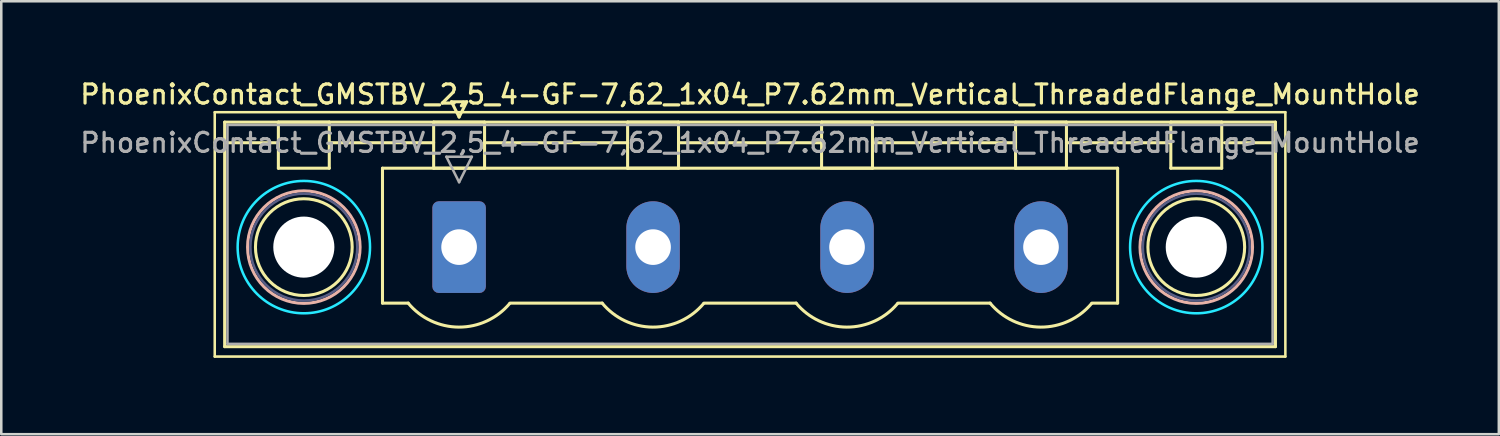
<source format=kicad_pcb>
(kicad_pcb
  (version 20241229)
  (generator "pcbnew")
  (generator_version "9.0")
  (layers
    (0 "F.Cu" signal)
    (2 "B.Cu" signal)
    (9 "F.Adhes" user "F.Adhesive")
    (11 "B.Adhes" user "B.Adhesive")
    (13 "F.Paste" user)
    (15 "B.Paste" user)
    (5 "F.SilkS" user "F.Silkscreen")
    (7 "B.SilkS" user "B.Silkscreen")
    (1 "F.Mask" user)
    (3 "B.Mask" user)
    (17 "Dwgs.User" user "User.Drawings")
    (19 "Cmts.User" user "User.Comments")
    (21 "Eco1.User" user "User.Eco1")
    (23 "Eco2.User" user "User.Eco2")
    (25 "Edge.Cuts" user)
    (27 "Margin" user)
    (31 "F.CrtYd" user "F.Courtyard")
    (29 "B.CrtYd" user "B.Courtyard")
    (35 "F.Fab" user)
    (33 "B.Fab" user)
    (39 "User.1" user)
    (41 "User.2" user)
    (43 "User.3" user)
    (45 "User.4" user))
  (footprint "PhoenixContact_GMSTBV_2,5_4-GF-7,62_1x04_P7.62mm_Vertical_ThreadedFlange_MountHole"
    (layer "F.Cu")
    (at 14.986 6.658)
    (property "Reference" "PhoenixContact_GMSTBV_2,5_4-GF-7,62_1x04_P7.62mm_Vertical_ThreadedFlange_MountHole" (at 11.43 -6 0) (layer "F.SilkS") (effects (font (size 0.75 0.75) (thickness 0.125))))
    (attr through_hole)
    (fp_line (start -9.6 -5.3) (end -9.6 4.3) (stroke (width 0.1) (type solid)) (layer "F.SilkS"))
    (fp_line (start -9.6 4.3) (end 32.46 4.3) (stroke (width 0.1) (type solid)) (layer "F.SilkS"))
    (fp_line (start -9.21 -4.91) (end -9.21 3.91) (stroke (width 0.12) (type solid)) (layer "F.SilkS"))
    (fp_line (start -9.21 -4.1) (end -7.21 -4.1) (stroke (width 0.12) (type solid)) (layer "F.SilkS"))
    (fp_line (start -9.21 3.91) (end 32.07 3.91) (stroke (width 0.12) (type solid)) (layer "F.SilkS"))
    (fp_line (start -7.1 -4.91) (end -5.1 -4.91) (stroke (width 0.12) (type solid)) (layer "F.SilkS"))
    (fp_line (start -7.1 -3.1) (end -7.1 -4.91) (stroke (width 0.12) (type solid)) (layer "F.SilkS"))
    (fp_line (start -5.1 -4.91) (end -5.1 -3.1) (stroke (width 0.12) (type solid)) (layer "F.SilkS"))
    (fp_line (start -5.1 -4.1) (end -1 -4.1) (stroke (width 0.12) (type solid)) (layer "F.SilkS"))
    (fp_line (start -5.1 -3.1) (end -7.1 -3.1) (stroke (width 0.12) (type solid)) (layer "F.SilkS"))
    (fp_line (start -3.01 -3.1) (end 25.87 -3.1) (stroke (width 0.12) (type solid)) (layer "F.SilkS"))
    (fp_line (start -3.01 2.2) (end -3.01 -3.1) (stroke (width 0.12) (type solid)) (layer "F.SilkS"))
    (fp_line (start -2 2.2) (end -3.01 2.2) (stroke (width 0.12) (type solid)) (layer "F.SilkS"))
    (fp_line (start -1 -4.91) (end 1 -4.91) (stroke (width 0.12) (type solid)) (layer "F.SilkS"))
    (fp_line (start -1 -3.1) (end -1 -4.91) (stroke (width 0.12) (type solid)) (layer "F.SilkS"))
    (fp_line (start -0.3 -5.71) (end 0.3 -5.71) (stroke (width 0.12) (type solid)) (layer "F.SilkS"))
    (fp_line (start 0 -5.11) (end -0.3 -5.71) (stroke (width 0.12) (type solid)) (layer "F.SilkS"))
    (fp_line (start 0.3 -5.71) (end 0 -5.11) (stroke (width 0.12) (type solid)) (layer "F.SilkS"))
    (fp_line (start 1 -4.91) (end 1 -3.1) (stroke (width 0.12) (type solid)) (layer "F.SilkS"))
    (fp_line (start 1 -4.1) (end 6.62 -4.1) (stroke (width 0.12) (type solid)) (layer "F.SilkS"))
    (fp_line (start 1 -3.1) (end -1 -3.1) (stroke (width 0.12) (type solid)) (layer "F.SilkS"))
    (fp_line (start 2 2.2) (end 5.62 2.2) (stroke (width 0.12) (type solid)) (layer "F.SilkS"))
    (fp_line (start 6.62 -4.91) (end 8.62 -4.91) (stroke (width 0.12) (type solid)) (layer "F.SilkS"))
    (fp_line (start 6.62 -3.1) (end 6.62 -4.91) (stroke (width 0.12) (type solid)) (layer "F.SilkS"))
    (fp_line (start 8.62 -4.91) (end 8.62 -3.1) (stroke (width 0.12) (type solid)) (layer "F.SilkS"))
    (fp_line (start 8.62 -4.1) (end 14.24 -4.1) (stroke (width 0.12) (type solid)) (layer "F.SilkS"))
    (fp_line (start 8.62 -3.1) (end 6.62 -3.1) (stroke (width 0.12) (type solid)) (layer "F.SilkS"))
    (fp_line (start 9.62 2.2) (end 13.24 2.2) (stroke (width 0.12) (type solid)) (layer "F.SilkS"))
    (fp_line (start 14.24 -4.91) (end 16.24 -4.91) (stroke (width 0.12) (type solid)) (layer "F.SilkS"))
    (fp_line (start 14.24 -3.1) (end 14.24 -4.91) (stroke (width 0.12) (type solid)) (layer "F.SilkS"))
    (fp_line (start 16.24 -4.91) (end 16.24 -3.1) (stroke (width 0.12) (type solid)) (layer "F.SilkS"))
    (fp_line (start 16.24 -4.1) (end 21.86 -4.1) (stroke (width 0.12) (type solid)) (layer "F.SilkS"))
    (fp_line (start 16.24 -3.1) (end 14.24 -3.1) (stroke (width 0.12) (type solid)) (layer "F.SilkS"))
    (fp_line (start 17.24 2.2) (end 20.86 2.2) (stroke (width 0.12) (type solid)) (layer "F.SilkS"))
    (fp_line (start 21.86 -4.91) (end 23.86 -4.91) (stroke (width 0.12) (type solid)) (layer "F.SilkS"))
    (fp_line (start 21.86 -3.1) (end 21.86 -4.91) (stroke (width 0.12) (type solid)) (layer "F.SilkS"))
    (fp_line (start 23.86 -4.91) (end 23.86 -3.1) (stroke (width 0.12) (type solid)) (layer "F.SilkS"))
    (fp_line (start 23.86 -4.1) (end 27.96 -4.1) (stroke (width 0.12) (type solid)) (layer "F.SilkS"))
    (fp_line (start 23.86 -3.1) (end 21.86 -3.1) (stroke (width 0.12) (type solid)) (layer "F.SilkS"))
    (fp_line (start 25.87 -3.1) (end 25.87 2.2) (stroke (width 0.12) (type solid)) (layer "F.SilkS"))
    (fp_line (start 25.87 2.2) (end 24.86 2.2) (stroke (width 0.12) (type solid)) (layer "F.SilkS"))
    (fp_line (start 27.96 -4.91) (end 29.96 -4.91) (stroke (width 0.12) (type solid)) (layer "F.SilkS"))
    (fp_line (start 27.96 -3.1) (end 27.96 -4.91) (stroke (width 0.12) (type solid)) (layer "F.SilkS"))
    (fp_line (start 29.96 -4.91) (end 29.96 -3.1) (stroke (width 0.12) (type solid)) (layer "F.SilkS"))
    (fp_line (start 29.96 -3.1) (end 27.96 -3.1) (stroke (width 0.12) (type solid)) (layer "F.SilkS"))
    (fp_line (start 32.07 -4.91) (end -9.21 -4.91) (stroke (width 0.12) (type solid)) (layer "F.SilkS"))
    (fp_line (start 32.07 -4.1) (end 30.07 -4.1) (stroke (width 0.12) (type solid)) (layer "F.SilkS"))
    (fp_line (start 32.07 3.91) (end 32.07 -4.91) (stroke (width 0.12) (type solid)) (layer "F.SilkS"))
    (fp_line (start 32.46 -5.3) (end -9.6 -5.3) (stroke (width 0.1) (type solid)) (layer "F.SilkS"))
    (fp_line (start 32.46 4.3) (end 32.46 -5.3) (stroke (width 0.1) (type solid)) (layer "F.SilkS"))
    (fp_arc (start 1.986842 2.215821) (mid -0.010289 3.142758) (end -2 2.2) (stroke (width 0.12) (type solid)) (layer "F.SilkS"))
    (fp_arc (start 9.606842 2.215821) (mid 7.609711 3.142758) (end 5.62 2.2) (stroke (width 0.12) (type solid)) (layer "F.SilkS"))
    (fp_arc (start 17.226842 2.215821) (mid 15.229711 3.142758) (end 13.24 2.2) (stroke (width 0.12) (type solid)) (layer "F.SilkS"))
    (fp_arc (start 24.846842 2.215821) (mid 22.849711 3.142758) (end 20.86 2.2) (stroke (width 0.12) (type solid)) (layer "F.SilkS"))
    (fp_circle (center -6.1 0) (end -4.2 0) (stroke (width 0.12) (type solid)) (fill no) (layer "F.SilkS"))
    (fp_circle (center 28.96 0) (end 30.86 0) (stroke (width 0.12) (type solid)) (fill no) (layer "F.SilkS"))
    (fp_circle (center -6.1 0) (end -3.89 0) (stroke (width 0.12) (type solid)) (fill no) (layer "B.SilkS"))
    (fp_circle (center 28.96 0) (end 31.17 0) (stroke (width 0.12) (type solid)) (fill no) (layer "B.SilkS"))
    (fp_circle (center -6.1 0) (end -3.5 0) (stroke (width 0.1) (type solid)) (fill no) (layer "B.CrtYd"))
    (fp_circle (center 28.96 0) (end 31.56 0) (stroke (width 0.1) (type solid)) (fill no) (layer "B.CrtYd"))
    (fp_circle (center -6.1 0) (end -4 0) (stroke (width 0.1) (type solid)) (fill no) (layer "B.Fab"))
    (fp_circle (center 28.96 0) (end 31.06 0) (stroke (width 0.1) (type solid)) (fill no) (layer "B.Fab"))
    (fp_line (start -9.1 -4.8) (end -9.1 3.8) (stroke (width 0.1) (type solid)) (layer "F.Fab"))
    (fp_line (start -9.1 3.8) (end 31.96 3.8) (stroke (width 0.1) (type solid)) (layer "F.Fab"))
    (fp_line (start -0.5 -3.55) (end 0.5 -3.55) (stroke (width 0.1) (type solid)) (layer "F.Fab"))
    (fp_line (start 0 -2.55) (end -0.5 -3.55) (stroke (width 0.1) (type solid)) (layer "F.Fab"))
    (fp_line (start 0.5 -3.55) (end 0 -2.55) (stroke (width 0.1) (type solid)) (layer "F.Fab"))
    (fp_line (start 31.96 -4.8) (end -9.1 -4.8) (stroke (width 0.1) (type solid)) (layer "F.Fab"))
    (fp_line (start 31.96 3.8) (end 31.96 -4.8) (stroke (width 0.1) (type solid)) (layer "F.Fab"))
    (fp_text user "${REFERENCE}" (at 11.43 -4.1 0) (layer "F.Fab") (effects (font (size 0.75 0.75) (thickness 0.125))))
    (pad "" np_thru_hole circle (at -6.1 0) (size 2.4 2.4) (drill 2.4) (layers "*.Cu" "*.Mask"))
    (pad "" np_thru_hole circle (at 28.96 0) (size 2.4 2.4) (drill 2.4) (layers "*.Cu" "*.Mask"))
    (pad "1" thru_hole roundrect (at 0 0) (size 2.1 3.6) (drill 1.4) (layers "*.Cu" "*.Mask") (roundrect_rratio 0.119))
    (pad "2" thru_hole oval (at 7.62 0) (size 2.1 3.6) (drill 1.4) (layers "*.Cu" "*.Mask"))
    (pad "3" thru_hole oval (at 15.24 0) (size 2.1 3.6) (drill 1.4) (layers "*.Cu" "*.Mask"))
    (pad "4" thru_hole oval (at 22.86 0) (size 2.1 3.6) (drill 1.4) (layers "*.Cu" "*.Mask")))
  (gr_rect
    (start -3 -3)
    (end 55.832 14.008)
    (stroke (width 0.1) (type default))
    (fill no)
    (layer "Edge.Cuts")))
</source>
